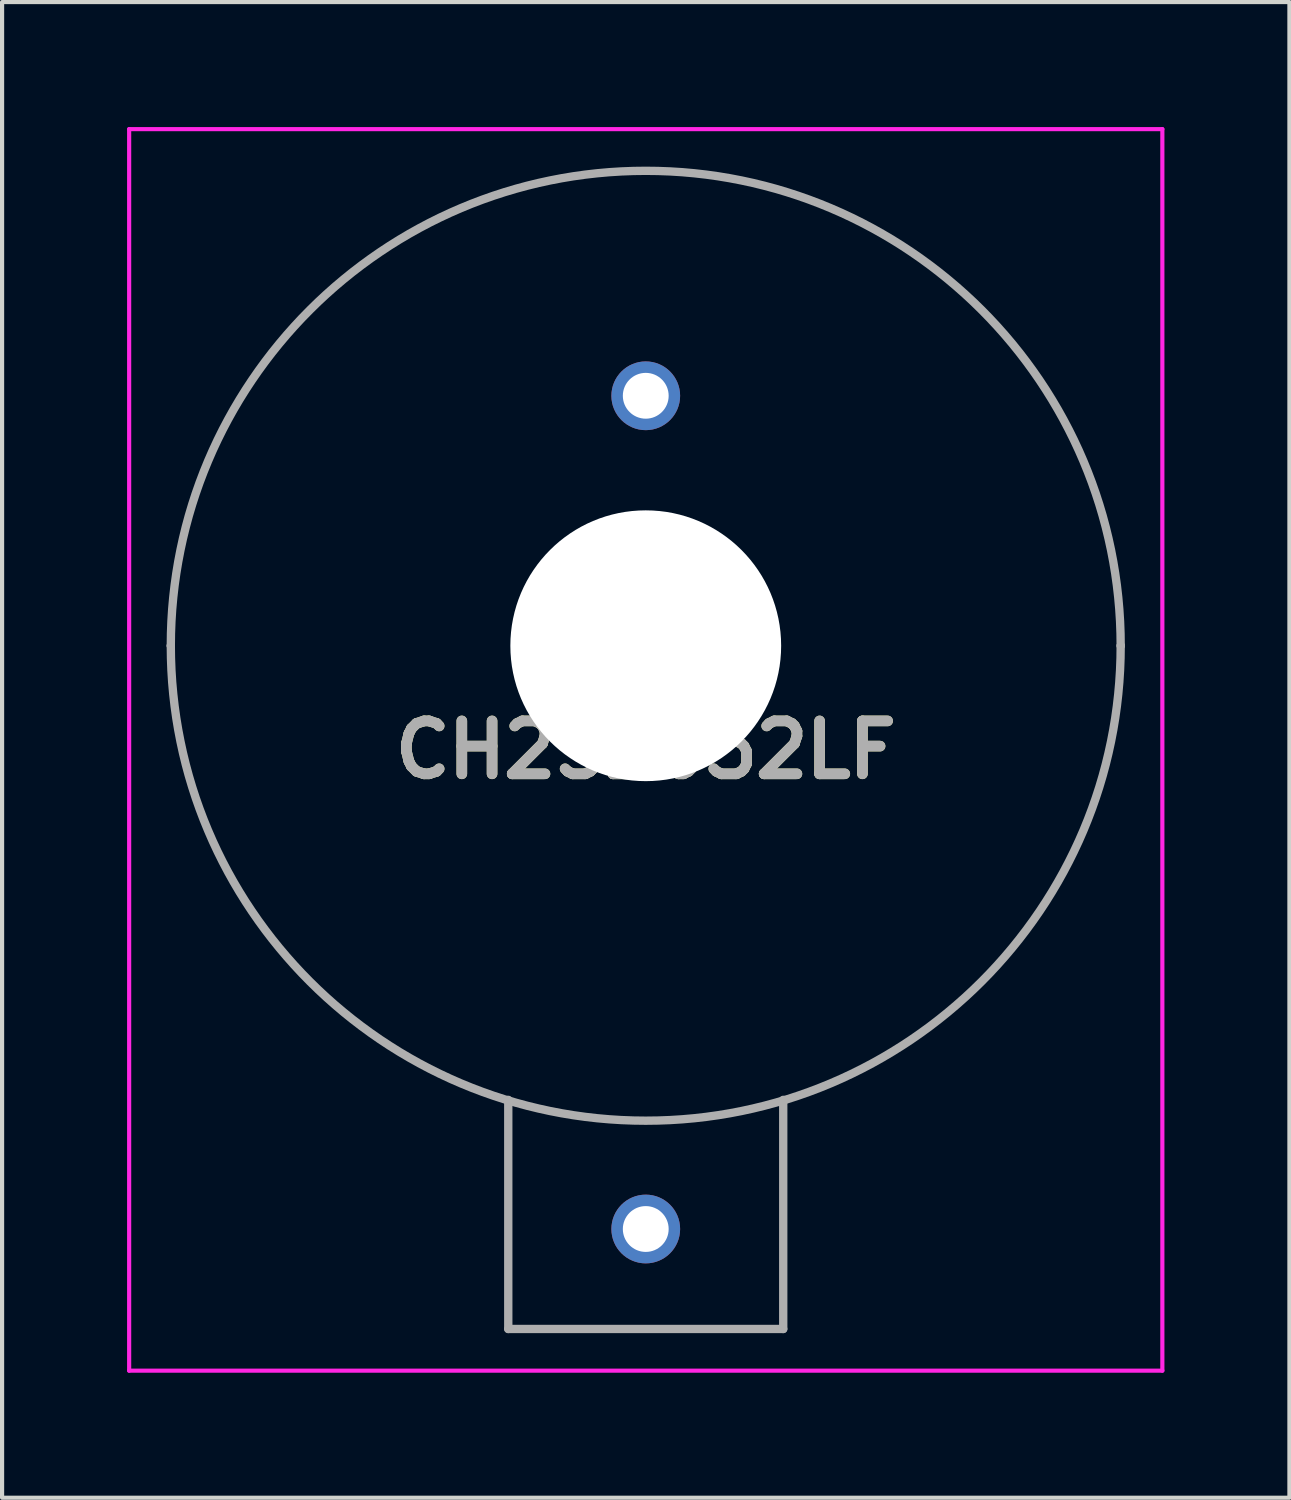
<source format=kicad_pcb>
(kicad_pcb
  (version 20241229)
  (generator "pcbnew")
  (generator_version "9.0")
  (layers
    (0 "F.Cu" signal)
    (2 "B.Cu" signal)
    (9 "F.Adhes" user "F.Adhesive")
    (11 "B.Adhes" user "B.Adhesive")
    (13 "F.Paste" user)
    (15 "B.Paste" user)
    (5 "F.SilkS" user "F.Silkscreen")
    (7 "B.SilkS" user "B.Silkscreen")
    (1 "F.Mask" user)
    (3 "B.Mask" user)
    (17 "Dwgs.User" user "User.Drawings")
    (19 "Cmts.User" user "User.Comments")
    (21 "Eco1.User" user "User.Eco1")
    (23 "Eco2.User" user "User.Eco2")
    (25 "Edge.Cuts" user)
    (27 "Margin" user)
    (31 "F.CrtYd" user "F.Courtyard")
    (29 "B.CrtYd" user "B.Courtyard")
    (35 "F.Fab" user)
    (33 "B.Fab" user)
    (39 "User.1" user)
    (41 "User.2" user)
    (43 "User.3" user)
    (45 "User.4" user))
  (footprint "CH252032LF"
    (layer "F.Cu")
    (at 12.45 6.45)
    (property "Reference" "CH252032LF" (at 0 8.5 0) (layer "F.SilkS") (effects (font (size 1.27 1.27) (thickness 0.254))))
    (attr through_hole)
    (fp_line (start -11.4 6) (end -11.4 6) (stroke (width 0.1) (type solid)) (layer "F.SilkS"))
    (fp_line (start -3.3 16.9) (end -3.3 22.4) (stroke (width 0.1) (type solid)) (layer "F.SilkS"))
    (fp_line (start -3.3 22.4) (end 3.3 22.4) (stroke (width 0.1) (type solid)) (layer "F.SilkS"))
    (fp_line (start 3.3 22.4) (end 3.3 16.9) (stroke (width 0.1) (type solid)) (layer "F.SilkS"))
    (fp_line (start 11.4 6) (end 11.4 6) (stroke (width 0.1) (type solid)) (layer "F.SilkS"))
    (fp_arc (start -11.4 6) (mid 0 -5.4) (end 11.4 6) (stroke (width 0.1) (type solid)) (layer "F.SilkS"))
    (fp_arc (start 11.4 6) (mid 0 17.4) (end -11.4 6) (stroke (width 0.1) (type solid)) (layer "F.SilkS"))
    (fp_line (start -12.4 -6.4) (end 12.4 -6.4) (stroke (width 0.1) (type solid)) (layer "F.CrtYd"))
    (fp_line (start -12.4 23.4) (end -12.4 -6.4) (stroke (width 0.1) (type solid)) (layer "F.CrtYd"))
    (fp_line (start 12.4 -6.4) (end 12.4 23.4) (stroke (width 0.1) (type solid)) (layer "F.CrtYd"))
    (fp_line (start 12.4 23.4) (end -12.4 23.4) (stroke (width 0.1) (type solid)) (layer "F.CrtYd"))
    (fp_line (start -11.4 6) (end -11.4 6) (stroke (width 0.2) (type solid)) (layer "F.Fab"))
    (fp_line (start -3.3 16.9) (end -3.3 22.4) (stroke (width 0.2) (type solid)) (layer "F.Fab"))
    (fp_line (start -3.3 22.4) (end 3.3 22.4) (stroke (width 0.2) (type solid)) (layer "F.Fab"))
    (fp_line (start 3.3 22.4) (end 3.3 16.9) (stroke (width 0.2) (type solid)) (layer "F.Fab"))
    (fp_line (start 11.4 6) (end 11.4 6) (stroke (width 0.2) (type solid)) (layer "F.Fab"))
    (fp_arc (start -11.4 6) (mid 0 -5.4) (end 11.4 6) (stroke (width 0.2) (type solid)) (layer "F.Fab"))
    (fp_arc (start 11.4 6) (mid 0 17.4) (end -11.4 6) (stroke (width 0.2) (type solid)) (layer "F.Fab"))
    (fp_text user "${REFERENCE}" (at 0 8.5 0) (layer "F.Fab") (effects (font (size 1.27 1.27) (thickness 0.254))))
    (pad "" np_thru_hole circle (at 0 6) (size 6.5 6.5) (drill 6.5) (layers "*.Cu" "*.Mask"))
    (pad "1" thru_hole circle (at 0 0) (size 1.65 1.65) (drill 1.1) (layers "*.Cu" "*.Mask"))
    (pad "2" thru_hole circle (at 0 20) (size 1.65 1.65) (drill 1.1) (layers "*.Cu" "*.Mask")))
  (gr_rect
    (start -3 -3)
    (end 27.9 32.9)
    (stroke (width 0.1) (type default))
    (fill no)
    (layer "Edge.Cuts")))
</source>
